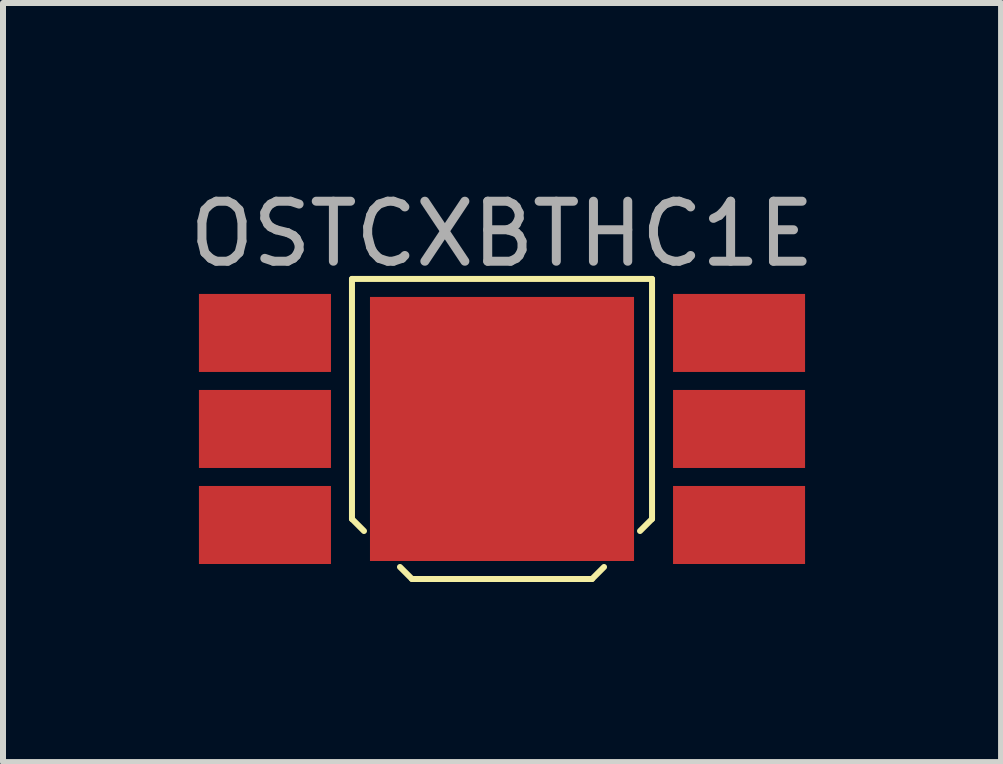
<source format=kicad_pcb>
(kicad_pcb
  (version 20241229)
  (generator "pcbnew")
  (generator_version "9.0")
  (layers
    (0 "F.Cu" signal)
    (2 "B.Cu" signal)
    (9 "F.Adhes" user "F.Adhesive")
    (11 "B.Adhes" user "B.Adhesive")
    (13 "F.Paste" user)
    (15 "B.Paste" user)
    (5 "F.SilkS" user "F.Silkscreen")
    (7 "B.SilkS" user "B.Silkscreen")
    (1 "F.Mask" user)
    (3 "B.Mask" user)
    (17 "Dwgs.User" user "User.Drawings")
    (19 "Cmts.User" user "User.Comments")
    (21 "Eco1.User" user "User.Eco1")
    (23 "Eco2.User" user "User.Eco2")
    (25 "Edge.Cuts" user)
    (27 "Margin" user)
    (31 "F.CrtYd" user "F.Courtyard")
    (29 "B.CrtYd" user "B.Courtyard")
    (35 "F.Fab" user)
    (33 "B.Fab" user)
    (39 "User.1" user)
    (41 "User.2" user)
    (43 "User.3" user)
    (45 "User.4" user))
  (footprint "OSTCXBTHC1E"
    (layer "F.Cu")
    (at 5.315 4.098)
    (property "Reference" "OSTCXBTHC1E" (at 0 -3.25 0) (unlocked yes) (layer "F.SilkS") (effects (font (size 1 1) (thickness 0.1))))
    (attr smd)
    (fp_line (start -2.5 -2.5) (end 2.5 -2.5) (stroke (width 0.1) (type default)) (layer "F.SilkS"))
    (fp_line (start -2.5 1.5) (end -2.5 -2.5) (stroke (width 0.1) (type default)) (layer "F.SilkS"))
    (fp_line (start -2.5 1.5) (end -2.3 1.7) (stroke (width 0.1) (type default)) (layer "F.SilkS"))
    (fp_line (start -1.5 2.5) (end -1.7 2.3) (stroke (width 0.1) (type default)) (layer "F.SilkS"))
    (fp_line (start -1.5 2.5) (end 1.5 2.5) (stroke (width 0.1) (type default)) (layer "F.SilkS"))
    (fp_line (start 1.5 2.5) (end 1.7 2.3) (stroke (width 0.1) (type default)) (layer "F.SilkS"))
    (fp_line (start 2.5 1.5) (end 2.3 1.7) (stroke (width 0.1) (type default)) (layer "F.SilkS"))
    (fp_line (start 2.5 1.5) (end 2.5 -2.5) (stroke (width 0.1) (type default)) (layer "F.SilkS"))
    (fp_text user "${REFERENCE}" (at 0 -3.25 0) (unlocked yes) (layer "F.Fab") (effects (font (size 1 1) (thickness 0.15))))
    (pad "1" smd rect (at -3.95 1.6) (size 2.2 1.3) (layers "F.Cu" "F.Mask" "F.Paste"))
    (pad "2" smd rect (at -3.95 0) (size 2.2 1.3) (layers "F.Cu" "F.Mask" "F.Paste"))
    (pad "3" smd rect (at -3.95 -1.6) (size 2.2 1.3) (layers "F.Cu" "F.Mask" "F.Paste"))
    (pad "4" smd rect (at 3.95 -1.6) (size 2.2 1.3) (layers "F.Cu" "F.Mask" "F.Paste"))
    (pad "5" smd rect (at 3.95 0) (size 2.2 1.3) (layers "F.Cu" "F.Mask" "F.Paste"))
    (pad "6" smd rect (at 3.95 1.6) (size 2.2 1.3) (layers "F.Cu" "F.Mask" "F.Paste"))
    (pad "7" smd rect (at 0 0) (size 4.4 4.4) (layers "F.Cu" "F.Mask" "F.Paste")))
  (gr_rect
    (start -3 -3)
    (end 13.631 9.648)
    (stroke (width 0.1) (type default))
    (fill no)
    (layer "Edge.Cuts")))
</source>
